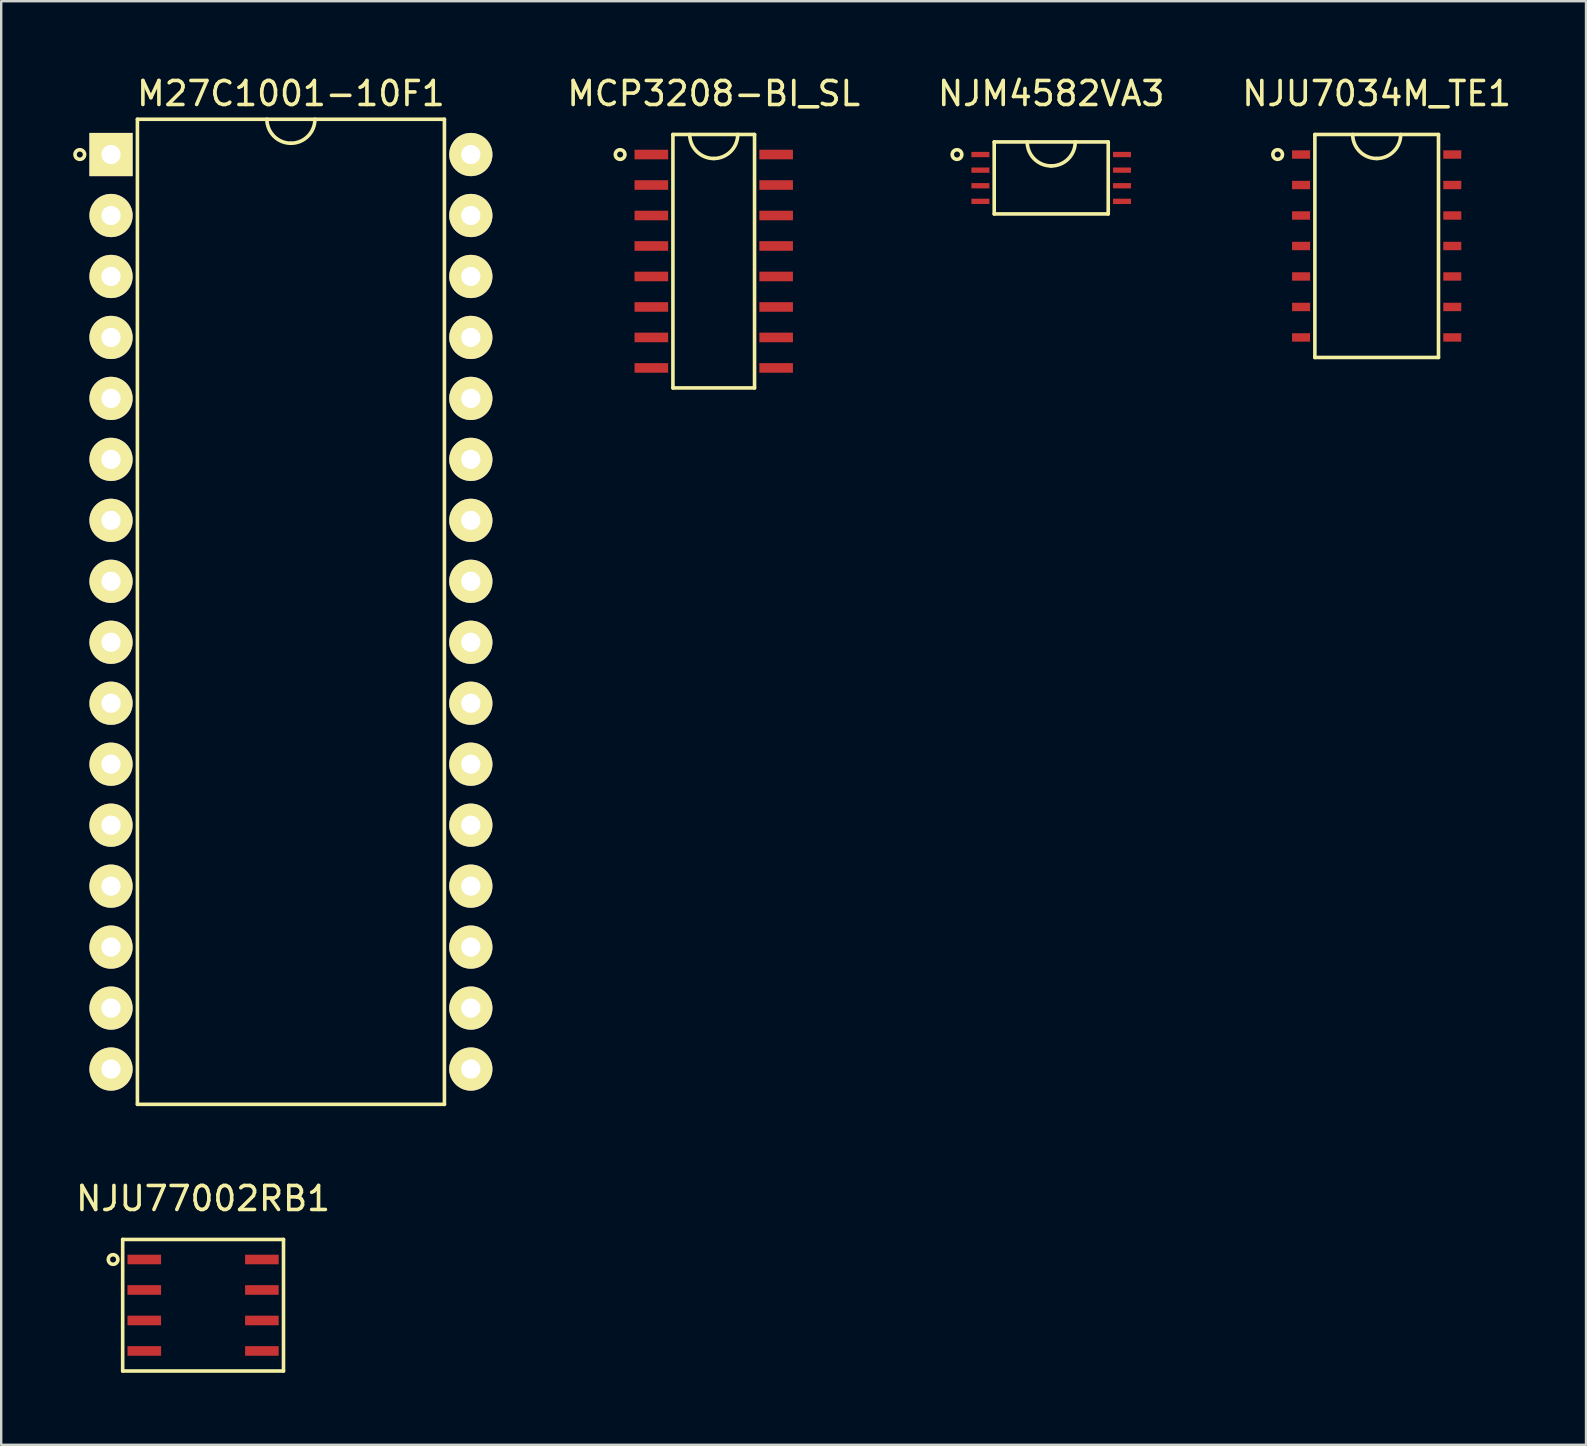
<source format=kicad_pcb>
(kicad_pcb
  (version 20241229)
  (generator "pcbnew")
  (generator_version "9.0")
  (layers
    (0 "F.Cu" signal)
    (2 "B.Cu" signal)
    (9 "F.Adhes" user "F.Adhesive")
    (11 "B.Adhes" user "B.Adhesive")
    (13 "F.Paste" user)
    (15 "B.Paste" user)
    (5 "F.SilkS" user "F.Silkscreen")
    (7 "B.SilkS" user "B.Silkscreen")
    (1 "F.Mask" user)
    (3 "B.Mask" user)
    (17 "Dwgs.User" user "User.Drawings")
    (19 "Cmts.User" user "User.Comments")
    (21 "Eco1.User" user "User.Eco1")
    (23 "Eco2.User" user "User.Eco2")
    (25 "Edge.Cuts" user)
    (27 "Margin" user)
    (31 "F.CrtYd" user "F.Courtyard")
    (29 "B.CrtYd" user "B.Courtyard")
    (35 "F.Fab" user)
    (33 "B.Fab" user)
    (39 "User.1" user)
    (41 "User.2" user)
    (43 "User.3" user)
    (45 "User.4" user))
  (footprint "NJU77002RB1"
    (layer "F.Cu")
    (at 2.961 49.422)
    (property "Reference" "NJU77002RB1" (at 2.45 -2.54 0) (layer "F.SilkS") (effects (font (size 1 1) (thickness 0.15))))
    (attr through_hole)
    (fp_line (start -0.9 -0.835) (end 5.8 -0.835) (stroke (width 0.15) (type solid)) (layer "F.SilkS"))
    (fp_line (start -0.9 4.645) (end -0.9 -0.835) (stroke (width 0.15) (type solid)) (layer "F.SilkS"))
    (fp_line (start 5.8 -0.835) (end 5.8 4.645) (stroke (width 0.15) (type solid)) (layer "F.SilkS"))
    (fp_line (start 5.8 4.645) (end -0.9 4.645) (stroke (width 0.15) (type solid)) (layer "F.SilkS"))
    (fp_circle (center -1.3 0) (end -1.3 0.2) (stroke (width 0.15) (type solid)) (fill no) (layer "F.SilkS"))
    (pad "1" smd rect (at 0 0) (size 1.4 0.4) (layers "F.Cu" "F.Mask" "F.Paste"))
    (pad "2" smd rect (at 0 1.27) (size 1.4 0.4) (layers "F.Cu" "F.Mask" "F.Paste"))
    (pad "3" smd rect (at 0 2.54) (size 1.4 0.4) (layers "F.Cu" "F.Mask" "F.Paste"))
    (pad "4" smd rect (at 0 3.81) (size 1.4 0.4) (layers "F.Cu" "F.Mask" "F.Paste"))
    (pad "5" smd rect (at 4.9 3.81) (size 1.4 0.4) (layers "F.Cu" "F.Mask" "F.Paste"))
    (pad "6" smd rect (at 4.9 2.54) (size 1.4 0.4) (layers "F.Cu" "F.Mask" "F.Paste"))
    (pad "7" smd rect (at 4.9 1.27) (size 1.4 0.4) (layers "F.Cu" "F.Mask" "F.Paste"))
    (pad "8" smd rect (at 4.9 0) (size 1.4 0.4) (layers "F.Cu" "F.Mask" "F.Paste")))
  (footprint "NJU7034M_TE1"
    (layer "F.Cu")
    (at 51.154 3.388)
    (property "Reference" "NJU7034M_TE1" (at 3.15 -2.54 0) (layer "F.SilkS") (effects (font (size 1 1) (thickness 0.15))))
    (attr through_hole)
    (fp_line (start 0.575 -0.835) (end 5.725 -0.835) (stroke (width 0.15) (type solid)) (layer "F.SilkS"))
    (fp_line (start 0.575 8.455) (end 0.575 -0.835) (stroke (width 0.15) (type solid)) (layer "F.SilkS"))
    (fp_line (start 5.725 -0.835) (end 5.725 8.455) (stroke (width 0.15) (type solid)) (layer "F.SilkS"))
    (fp_line (start 5.725 8.455) (end 0.575 8.455) (stroke (width 0.15) (type solid)) (layer "F.SilkS"))
    (fp_arc (start 3.15 0.165) (mid 2.442893 -0.127893) (end 2.15 -0.835) (stroke (width 0.15) (type solid)) (layer "F.SilkS"))
    (fp_arc (start 4.15 -0.835) (mid 3.857107 -0.127893) (end 3.15 0.165) (stroke (width 0.15) (type solid)) (layer "F.SilkS"))
    (fp_circle (center -0.975 0) (end -0.975 0.2) (stroke (width 0.15) (type solid)) (fill no) (layer "F.SilkS"))
    (pad "1" smd rect (at 0 0) (size 0.75 0.35) (layers "F.Cu" "F.Mask" "F.Paste"))
    (pad "2" smd rect (at 0 1.27) (size 0.75 0.35) (layers "F.Cu" "F.Mask" "F.Paste"))
    (pad "3" smd rect (at 0 2.54) (size 0.75 0.35) (layers "F.Cu" "F.Mask" "F.Paste"))
    (pad "4" smd rect (at 0 3.81) (size 0.75 0.35) (layers "F.Cu" "F.Mask" "F.Paste"))
    (pad "5" smd rect (at 0 5.08) (size 0.75 0.35) (layers "F.Cu" "F.Mask" "F.Paste"))
    (pad "6" smd rect (at 0 6.35) (size 0.75 0.35) (layers "F.Cu" "F.Mask" "F.Paste"))
    (pad "7" smd rect (at 0 7.62) (size 0.75 0.35) (layers "F.Cu" "F.Mask" "F.Paste"))
    (pad "8" smd rect (at 6.3 7.62) (size 0.75 0.35) (layers "F.Cu" "F.Mask" "F.Paste"))
    (pad "9" smd rect (at 6.3 6.35) (size 0.75 0.35) (layers "F.Cu" "F.Mask" "F.Paste"))
    (pad "10" smd rect (at 6.3 5.08) (size 0.75 0.35) (layers "F.Cu" "F.Mask" "F.Paste"))
    (pad "11" smd rect (at 6.3 3.81) (size 0.75 0.35) (layers "F.Cu" "F.Mask" "F.Paste"))
    (pad "12" smd rect (at 6.3 2.54) (size 0.75 0.35) (layers "F.Cu" "F.Mask" "F.Paste"))
    (pad "13" smd rect (at 6.3 1.27) (size 0.75 0.35) (layers "F.Cu" "F.Mask" "F.Paste"))
    (pad "14" smd rect (at 6.3 0) (size 0.75 0.35) (layers "F.Cu" "F.Mask" "F.Paste")))
  (footprint "M27C1001-10F1"
    (layer "F.Cu")
    (at 1.575 3.388)
    (property "Reference" "M27C1001-10F1" (at 7.495 -2.54 0) (layer "F.SilkS") (effects (font (size 1 1) (thickness 0.15))))
    (attr through_hole)
    (fp_line (start 1.1 -1.47) (end 13.89 -1.47) (stroke (width 0.15) (type solid)) (layer "F.SilkS"))
    (fp_line (start 1.1 39.57) (end 1.1 -1.47) (stroke (width 0.15) (type solid)) (layer "F.SilkS"))
    (fp_line (start 13.89 -1.47) (end 13.89 39.57) (stroke (width 0.15) (type solid)) (layer "F.SilkS"))
    (fp_line (start 13.89 39.57) (end 1.1 39.57) (stroke (width 0.15) (type solid)) (layer "F.SilkS"))
    (fp_arc (start 7.495 -0.47) (mid 6.787893 -0.762893) (end 6.495 -1.47) (stroke (width 0.15) (type solid)) (layer "F.SilkS"))
    (fp_arc (start 8.495 -1.47) (mid 8.202107 -0.762893) (end 7.495 -0.47) (stroke (width 0.15) (type solid)) (layer "F.SilkS"))
    (fp_circle (center -1.3 0) (end -1.3 0.2) (stroke (width 0.15) (type solid)) (fill no) (layer "F.SilkS"))
    (pad "1" thru_hole rect (at 0 0) (size 1.8 1.8) (drill 0.8) (layers "*.Cu" "*.Mask" "F.SilkS"))
    (pad "2" thru_hole circle (at 0 2.54) (size 1.8 1.8) (drill 0.8) (layers "*.Cu" "*.Mask" "F.SilkS"))
    (pad "3" thru_hole circle (at 0 5.08) (size 1.8 1.8) (drill 0.8) (layers "*.Cu" "*.Mask" "F.SilkS"))
    (pad "4" thru_hole circle (at 0 7.62) (size 1.8 1.8) (drill 0.8) (layers "*.Cu" "*.Mask" "F.SilkS"))
    (pad "5" thru_hole circle (at 0 10.16) (size 1.8 1.8) (drill 0.8) (layers "*.Cu" "*.Mask" "F.SilkS"))
    (pad "6" thru_hole circle (at 0 12.7) (size 1.8 1.8) (drill 0.8) (layers "*.Cu" "*.Mask" "F.SilkS"))
    (pad "7" thru_hole circle (at 0 15.24) (size 1.8 1.8) (drill 0.8) (layers "*.Cu" "*.Mask" "F.SilkS"))
    (pad "8" thru_hole circle (at 0 17.78) (size 1.8 1.8) (drill 0.8) (layers "*.Cu" "*.Mask" "F.SilkS"))
    (pad "9" thru_hole circle (at 0 20.32) (size 1.8 1.8) (drill 0.8) (layers "*.Cu" "*.Mask" "F.SilkS"))
    (pad "10" thru_hole circle (at 0 22.86) (size 1.8 1.8) (drill 0.8) (layers "*.Cu" "*.Mask" "F.SilkS"))
    (pad "11" thru_hole circle (at 0 25.4) (size 1.8 1.8) (drill 0.8) (layers "*.Cu" "*.Mask" "F.SilkS"))
    (pad "12" thru_hole circle (at 0 27.94) (size 1.8 1.8) (drill 0.8) (layers "*.Cu" "*.Mask" "F.SilkS"))
    (pad "13" thru_hole circle (at 0 30.48) (size 1.8 1.8) (drill 0.8) (layers "*.Cu" "*.Mask" "F.SilkS"))
    (pad "14" thru_hole circle (at 0 33.02) (size 1.8 1.8) (drill 0.8) (layers "*.Cu" "*.Mask" "F.SilkS"))
    (pad "15" thru_hole circle (at 0 35.56) (size 1.8 1.8) (drill 0.8) (layers "*.Cu" "*.Mask" "F.SilkS"))
    (pad "16" thru_hole circle (at 0 38.1) (size 1.8 1.8) (drill 0.8) (layers "*.Cu" "*.Mask" "F.SilkS"))
    (pad "17" thru_hole circle (at 14.99 38.1) (size 1.8 1.8) (drill 0.8) (layers "*.Cu" "*.Mask" "F.SilkS"))
    (pad "18" thru_hole circle (at 14.99 35.56) (size 1.8 1.8) (drill 0.8) (layers "*.Cu" "*.Mask" "F.SilkS"))
    (pad "19" thru_hole circle (at 14.99 33.02) (size 1.8 1.8) (drill 0.8) (layers "*.Cu" "*.Mask" "F.SilkS"))
    (pad "20" thru_hole circle (at 14.99 30.48) (size 1.8 1.8) (drill 0.8) (layers "*.Cu" "*.Mask" "F.SilkS"))
    (pad "21" thru_hole circle (at 14.99 27.94) (size 1.8 1.8) (drill 0.8) (layers "*.Cu" "*.Mask" "F.SilkS"))
    (pad "22" thru_hole circle (at 14.99 25.4) (size 1.8 1.8) (drill 0.8) (layers "*.Cu" "*.Mask" "F.SilkS"))
    (pad "23" thru_hole circle (at 14.99 22.86) (size 1.8 1.8) (drill 0.8) (layers "*.Cu" "*.Mask" "F.SilkS"))
    (pad "24" thru_hole circle (at 14.99 20.32) (size 1.8 1.8) (drill 0.8) (layers "*.Cu" "*.Mask" "F.SilkS"))
    (pad "25" thru_hole circle (at 14.99 17.78) (size 1.8 1.8) (drill 0.8) (layers "*.Cu" "*.Mask" "F.SilkS"))
    (pad "26" thru_hole circle (at 14.99 15.24) (size 1.8 1.8) (drill 0.8) (layers "*.Cu" "*.Mask" "F.SilkS"))
    (pad "27" thru_hole circle (at 14.99 12.7) (size 1.8 1.8) (drill 0.8) (layers "*.Cu" "*.Mask" "F.SilkS"))
    (pad "28" thru_hole circle (at 14.99 10.16) (size 1.8 1.8) (drill 0.8) (layers "*.Cu" "*.Mask" "F.SilkS"))
    (pad "29" thru_hole circle (at 14.99 7.62) (size 1.8 1.8) (drill 0.8) (layers "*.Cu" "*.Mask" "F.SilkS"))
    (pad "30" thru_hole circle (at 14.99 5.08) (size 1.8 1.8) (drill 0.8) (layers "*.Cu" "*.Mask" "F.SilkS"))
    (pad "31" thru_hole circle (at 14.99 2.54) (size 1.8 1.8) (drill 0.8) (layers "*.Cu" "*.Mask" "F.SilkS"))
    (pad "32" thru_hole circle (at 14.99 0) (size 1.8 1.8) (drill 0.8) (layers "*.Cu" "*.Mask" "F.SilkS")))
  (footprint "NJM4582VA3"
    (layer "F.Cu")
    (at 37.795 3.388)
    (property "Reference" "NJM4582VA3" (at 2.95 -2.54 0) (layer "F.SilkS") (effects (font (size 1 1) (thickness 0.15))))
    (attr through_hole)
    (fp_line (start 0.575 -0.525) (end 5.325 -0.525) (stroke (width 0.15) (type solid)) (layer "F.SilkS"))
    (fp_line (start 0.575 2.475) (end 0.575 -0.525) (stroke (width 0.15) (type solid)) (layer "F.SilkS"))
    (fp_line (start 5.325 -0.525) (end 5.325 2.475) (stroke (width 0.15) (type solid)) (layer "F.SilkS"))
    (fp_line (start 5.325 2.475) (end 0.575 2.475) (stroke (width 0.15) (type solid)) (layer "F.SilkS"))
    (fp_arc (start 2.95 0.475) (mid 2.242893 0.182107) (end 1.95 -0.525) (stroke (width 0.15) (type solid)) (layer "F.SilkS"))
    (fp_arc (start 3.95 -0.525) (mid 3.657107 0.182107) (end 2.95 0.475) (stroke (width 0.15) (type solid)) (layer "F.SilkS"))
    (fp_circle (center -0.975 0) (end -0.975 0.2) (stroke (width 0.15) (type solid)) (fill no) (layer "F.SilkS"))
    (pad "1" smd rect (at 0 0) (size 0.75 0.22) (layers "F.Cu" "F.Mask" "F.Paste"))
    (pad "2" smd rect (at 0 0.65) (size 0.75 0.22) (layers "F.Cu" "F.Mask" "F.Paste"))
    (pad "3" smd rect (at 0 1.3) (size 0.75 0.22) (layers "F.Cu" "F.Mask" "F.Paste"))
    (pad "4" smd rect (at 0 1.95) (size 0.75 0.22) (layers "F.Cu" "F.Mask" "F.Paste"))
    (pad "5" smd rect (at 5.9 1.95) (size 0.75 0.22) (layers "F.Cu" "F.Mask" "F.Paste"))
    (pad "6" smd rect (at 5.9 1.3) (size 0.75 0.22) (layers "F.Cu" "F.Mask" "F.Paste"))
    (pad "7" smd rect (at 5.9 0.65) (size 0.75 0.22) (layers "F.Cu" "F.Mask" "F.Paste"))
    (pad "8" smd rect (at 5.9 0) (size 0.75 0.22) (layers "F.Cu" "F.Mask" "F.Paste")))
  (footprint "MCP3208-BI_SL"
    (layer "F.Cu")
    (at 24.085 3.388)
    (property "Reference" "MCP3208-BI_SL" (at 2.6 -2.54 0) (layer "F.SilkS") (effects (font (size 1 1) (thickness 0.15))))
    (attr through_hole)
    (fp_line (start 0.9 -0.835) (end 4.3 -0.835) (stroke (width 0.15) (type solid)) (layer "F.SilkS"))
    (fp_line (start 0.9 9.725) (end 0.9 -0.835) (stroke (width 0.15) (type solid)) (layer "F.SilkS"))
    (fp_line (start 4.3 -0.835) (end 4.3 9.725) (stroke (width 0.15) (type solid)) (layer "F.SilkS"))
    (fp_line (start 4.3 9.725) (end 0.9 9.725) (stroke (width 0.15) (type solid)) (layer "F.SilkS"))
    (fp_arc (start 2.6 0.165) (mid 1.892893 -0.127893) (end 1.6 -0.835) (stroke (width 0.15) (type solid)) (layer "F.SilkS"))
    (fp_arc (start 3.6 -0.835) (mid 3.307107 -0.127893) (end 2.6 0.165) (stroke (width 0.15) (type solid)) (layer "F.SilkS"))
    (fp_circle (center -1.3 0) (end -1.3 0.2) (stroke (width 0.15) (type solid)) (fill no) (layer "F.SilkS"))
    (pad "1" smd rect (at 0 0) (size 1.4 0.4) (layers "F.Cu" "F.Mask" "F.Paste"))
    (pad "2" smd rect (at 0 1.27) (size 1.4 0.4) (layers "F.Cu" "F.Mask" "F.Paste"))
    (pad "3" smd rect (at 0 2.54) (size 1.4 0.4) (layers "F.Cu" "F.Mask" "F.Paste"))
    (pad "4" smd rect (at 0 3.81) (size 1.4 0.4) (layers "F.Cu" "F.Mask" "F.Paste"))
    (pad "5" smd rect (at 0 5.08) (size 1.4 0.4) (layers "F.Cu" "F.Mask" "F.Paste"))
    (pad "6" smd rect (at 0 6.35) (size 1.4 0.4) (layers "F.Cu" "F.Mask" "F.Paste"))
    (pad "7" smd rect (at 0 7.62) (size 1.4 0.4) (layers "F.Cu" "F.Mask" "F.Paste"))
    (pad "8" smd rect (at 0 8.89) (size 1.4 0.4) (layers "F.Cu" "F.Mask" "F.Paste"))
    (pad "9" smd rect (at 5.2 8.89) (size 1.4 0.4) (layers "F.Cu" "F.Mask" "F.Paste"))
    (pad "10" smd rect (at 5.2 7.62) (size 1.4 0.4) (layers "F.Cu" "F.Mask" "F.Paste"))
    (pad "11" smd rect (at 5.2 6.35) (size 1.4 0.4) (layers "F.Cu" "F.Mask" "F.Paste"))
    (pad "12" smd rect (at 5.2 5.08) (size 1.4 0.4) (layers "F.Cu" "F.Mask" "F.Paste"))
    (pad "13" smd rect (at 5.2 3.81) (size 1.4 0.4) (layers "F.Cu" "F.Mask" "F.Paste"))
    (pad "14" smd rect (at 5.2 2.54) (size 1.4 0.4) (layers "F.Cu" "F.Mask" "F.Paste"))
    (pad "15" smd rect (at 5.2 1.27) (size 1.4 0.4) (layers "F.Cu" "F.Mask" "F.Paste"))
    (pad "16" smd rect (at 5.2 0) (size 1.4 0.4) (layers "F.Cu" "F.Mask" "F.Paste")))
  (gr_rect
    (start -3 -3)
    (end 63.025 57.142)
    (stroke (width 0.1) (type default))
    (fill no)
    (layer "Edge.Cuts")))
</source>
